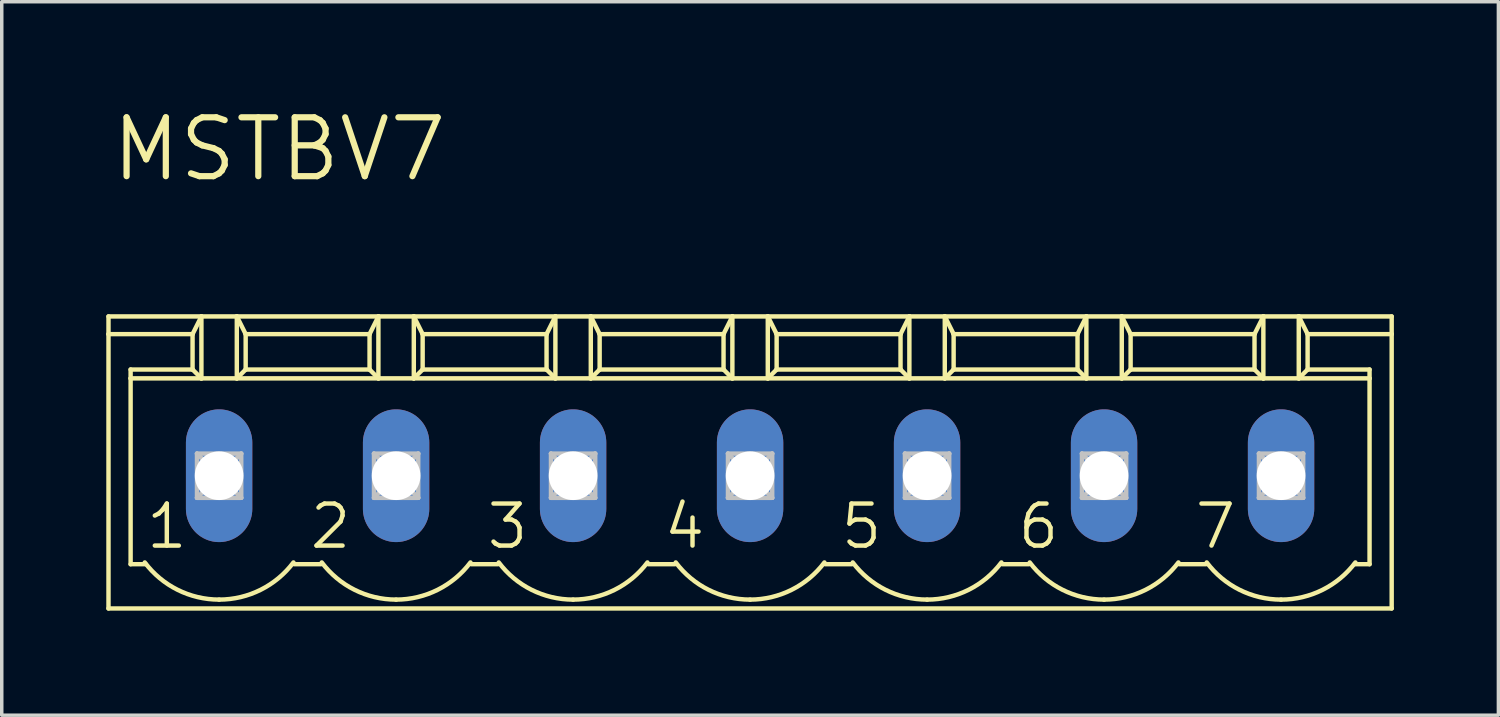
<source format=kicad_pcb>
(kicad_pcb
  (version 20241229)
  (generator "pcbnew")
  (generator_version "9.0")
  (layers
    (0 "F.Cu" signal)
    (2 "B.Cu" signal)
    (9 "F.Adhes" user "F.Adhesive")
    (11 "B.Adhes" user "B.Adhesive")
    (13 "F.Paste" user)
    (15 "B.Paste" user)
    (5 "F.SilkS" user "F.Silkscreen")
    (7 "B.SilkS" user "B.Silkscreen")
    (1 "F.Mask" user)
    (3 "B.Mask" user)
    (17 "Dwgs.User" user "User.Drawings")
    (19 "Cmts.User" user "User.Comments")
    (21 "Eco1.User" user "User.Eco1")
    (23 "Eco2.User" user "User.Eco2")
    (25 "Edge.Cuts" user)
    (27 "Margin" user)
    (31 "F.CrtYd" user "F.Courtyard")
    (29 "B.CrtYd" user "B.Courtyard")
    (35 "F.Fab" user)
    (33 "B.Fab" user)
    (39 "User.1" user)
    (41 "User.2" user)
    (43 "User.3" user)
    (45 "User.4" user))
  (footprint "MSTBV7"
    (layer "F.Cu")
    (at 18.479 10.604)
    (property "Reference" "MSTBV7" (at -18.415 -8.382 0) (layer "F.SilkS") (effects (font (size 1.689 1.689) (thickness 0.178)) (justify left bottom)))
    (attr through_hole)
    (fp_line (start -18.415 -4.572) (end -18.415 -4.064) (stroke (width 0.127) (type solid)) (layer "F.SilkS"))
    (fp_line (start -18.415 -4.572) (end -15.748 -4.572) (stroke (width 0.127) (type solid)) (layer "F.SilkS"))
    (fp_line (start -18.415 -4.064) (end -18.415 3.81) (stroke (width 0.127) (type solid)) (layer "F.SilkS"))
    (fp_line (start -18.415 -4.064) (end -16.002 -4.064) (stroke (width 0.127) (type solid)) (layer "F.SilkS"))
    (fp_line (start -18.415 3.81) (end 18.415 3.81) (stroke (width 0.127) (type solid)) (layer "F.SilkS"))
    (fp_line (start -17.78 -2.794) (end -17.78 -3.048) (stroke (width 0.127) (type solid)) (layer "F.SilkS"))
    (fp_line (start -17.78 -2.794) (end -15.748 -2.794) (stroke (width 0.127) (type solid)) (layer "F.SilkS"))
    (fp_line (start -17.78 2.54) (end -17.78 -2.794) (stroke (width 0.127) (type solid)) (layer "F.SilkS"))
    (fp_line (start -17.78 2.54) (end -17.348 2.54) (stroke (width 0.127) (type solid)) (layer "F.SilkS"))
    (fp_line (start -16.002 -4.064) (end -16.002 -3.048) (stroke (width 0.127) (type solid)) (layer "F.SilkS"))
    (fp_line (start -16.002 -4.064) (end -15.748 -4.572) (stroke (width 0.127) (type solid)) (layer "F.SilkS"))
    (fp_line (start -16.002 -3.048) (end -17.78 -3.048) (stroke (width 0.127) (type solid)) (layer "F.SilkS"))
    (fp_line (start -16.002 -3.048) (end -15.748 -2.794) (stroke (width 0.127) (type solid)) (layer "F.SilkS"))
    (fp_line (start -15.748 -4.572) (end -14.732 -4.572) (stroke (width 0.127) (type solid)) (layer "F.SilkS"))
    (fp_line (start -15.748 -2.794) (end -15.748 -4.572) (stroke (width 0.127) (type solid)) (layer "F.SilkS"))
    (fp_line (start -15.748 -2.794) (end -14.732 -2.794) (stroke (width 0.127) (type solid)) (layer "F.SilkS"))
    (fp_line (start -14.732 -4.572) (end -14.478 -4.064) (stroke (width 0.127) (type solid)) (layer "F.SilkS"))
    (fp_line (start -14.732 -4.572) (end -10.668 -4.572) (stroke (width 0.127) (type solid)) (layer "F.SilkS"))
    (fp_line (start -14.732 -2.794) (end -14.732 -4.572) (stroke (width 0.127) (type solid)) (layer "F.SilkS"))
    (fp_line (start -14.732 -2.794) (end -10.668 -2.794) (stroke (width 0.127) (type solid)) (layer "F.SilkS"))
    (fp_line (start -14.478 -4.064) (end -14.478 -3.048) (stroke (width 0.127) (type solid)) (layer "F.SilkS"))
    (fp_line (start -14.478 -4.064) (end -10.922 -4.064) (stroke (width 0.127) (type solid)) (layer "F.SilkS"))
    (fp_line (start -14.478 -3.048) (end -14.732 -2.794) (stroke (width 0.127) (type solid)) (layer "F.SilkS"))
    (fp_line (start -13.081 2.54) (end -12.319 2.54) (stroke (width 0.127) (type solid)) (layer "F.SilkS"))
    (fp_line (start -10.922 -4.064) (end -10.922 -3.048) (stroke (width 0.127) (type solid)) (layer "F.SilkS"))
    (fp_line (start -10.922 -4.064) (end -10.668 -4.572) (stroke (width 0.127) (type solid)) (layer "F.SilkS"))
    (fp_line (start -10.922 -3.048) (end -14.478 -3.048) (stroke (width 0.127) (type solid)) (layer "F.SilkS"))
    (fp_line (start -10.922 -3.048) (end -10.668 -2.794) (stroke (width 0.127) (type solid)) (layer "F.SilkS"))
    (fp_line (start -10.668 -4.572) (end -9.652 -4.572) (stroke (width 0.127) (type solid)) (layer "F.SilkS"))
    (fp_line (start -10.668 -2.794) (end -10.668 -4.572) (stroke (width 0.127) (type solid)) (layer "F.SilkS"))
    (fp_line (start -10.668 -2.794) (end -9.652 -2.794) (stroke (width 0.127) (type solid)) (layer "F.SilkS"))
    (fp_line (start -9.652 -4.572) (end -9.398 -4.064) (stroke (width 0.127) (type solid)) (layer "F.SilkS"))
    (fp_line (start -9.652 -4.572) (end -5.588 -4.572) (stroke (width 0.127) (type solid)) (layer "F.SilkS"))
    (fp_line (start -9.652 -2.794) (end -9.652 -4.572) (stroke (width 0.127) (type solid)) (layer "F.SilkS"))
    (fp_line (start -9.652 -2.794) (end -5.588 -2.794) (stroke (width 0.127) (type solid)) (layer "F.SilkS"))
    (fp_line (start -9.398 -4.064) (end -9.398 -3.048) (stroke (width 0.127) (type solid)) (layer "F.SilkS"))
    (fp_line (start -9.398 -4.064) (end -5.842 -4.064) (stroke (width 0.127) (type solid)) (layer "F.SilkS"))
    (fp_line (start -9.398 -3.048) (end -9.652 -2.794) (stroke (width 0.127) (type solid)) (layer "F.SilkS"))
    (fp_line (start -8.001 2.54) (end -7.239 2.54) (stroke (width 0.127) (type solid)) (layer "F.SilkS"))
    (fp_line (start -5.842 -4.064) (end -5.842 -3.048) (stroke (width 0.127) (type solid)) (layer "F.SilkS"))
    (fp_line (start -5.842 -4.064) (end -5.588 -4.572) (stroke (width 0.127) (type solid)) (layer "F.SilkS"))
    (fp_line (start -5.842 -3.048) (end -9.398 -3.048) (stroke (width 0.127) (type solid)) (layer "F.SilkS"))
    (fp_line (start -5.842 -3.048) (end -5.588 -2.794) (stroke (width 0.127) (type solid)) (layer "F.SilkS"))
    (fp_line (start -5.588 -4.572) (end -4.572 -4.572) (stroke (width 0.127) (type solid)) (layer "F.SilkS"))
    (fp_line (start -5.588 -2.794) (end -5.588 -4.572) (stroke (width 0.127) (type solid)) (layer "F.SilkS"))
    (fp_line (start -5.588 -2.794) (end -4.572 -2.794) (stroke (width 0.127) (type solid)) (layer "F.SilkS"))
    (fp_line (start -4.572 -4.572) (end -4.318 -4.064) (stroke (width 0.127) (type solid)) (layer "F.SilkS"))
    (fp_line (start -4.572 -4.572) (end -0.508 -4.572) (stroke (width 0.127) (type solid)) (layer "F.SilkS"))
    (fp_line (start -4.572 -2.794) (end -4.572 -4.572) (stroke (width 0.127) (type solid)) (layer "F.SilkS"))
    (fp_line (start -4.572 -2.794) (end -0.508 -2.794) (stroke (width 0.127) (type solid)) (layer "F.SilkS"))
    (fp_line (start -4.318 -4.064) (end -4.318 -3.048) (stroke (width 0.127) (type solid)) (layer "F.SilkS"))
    (fp_line (start -4.318 -4.064) (end -0.762 -4.064) (stroke (width 0.127) (type solid)) (layer "F.SilkS"))
    (fp_line (start -4.318 -3.048) (end -4.572 -2.794) (stroke (width 0.127) (type solid)) (layer "F.SilkS"))
    (fp_line (start -4.318 -3.048) (end -0.762 -3.048) (stroke (width 0.127) (type solid)) (layer "F.SilkS"))
    (fp_line (start -2.921 2.54) (end -2.159 2.54) (stroke (width 0.127) (type solid)) (layer "F.SilkS"))
    (fp_line (start -0.762 -4.064) (end -0.762 -3.048) (stroke (width 0.127) (type solid)) (layer "F.SilkS"))
    (fp_line (start -0.762 -4.064) (end -0.508 -4.572) (stroke (width 0.127) (type solid)) (layer "F.SilkS"))
    (fp_line (start -0.762 -3.048) (end -0.508 -2.794) (stroke (width 0.127) (type solid)) (layer "F.SilkS"))
    (fp_line (start -0.508 -4.572) (end 0.508 -4.572) (stroke (width 0.127) (type solid)) (layer "F.SilkS"))
    (fp_line (start -0.508 -2.794) (end -0.508 -4.572) (stroke (width 0.127) (type solid)) (layer "F.SilkS"))
    (fp_line (start -0.508 -2.794) (end 0.508 -2.794) (stroke (width 0.127) (type solid)) (layer "F.SilkS"))
    (fp_line (start 0.508 -4.572) (end 0.762 -4.064) (stroke (width 0.127) (type solid)) (layer "F.SilkS"))
    (fp_line (start 0.508 -4.572) (end 4.572 -4.572) (stroke (width 0.127) (type solid)) (layer "F.SilkS"))
    (fp_line (start 0.508 -2.794) (end 0.508 -4.572) (stroke (width 0.127) (type solid)) (layer "F.SilkS"))
    (fp_line (start 0.508 -2.794) (end 4.572 -2.794) (stroke (width 0.127) (type solid)) (layer "F.SilkS"))
    (fp_line (start 0.762 -4.064) (end 0.762 -3.048) (stroke (width 0.127) (type solid)) (layer "F.SilkS"))
    (fp_line (start 0.762 -4.064) (end 4.318 -4.064) (stroke (width 0.127) (type solid)) (layer "F.SilkS"))
    (fp_line (start 0.762 -3.048) (end 0.508 -2.794) (stroke (width 0.127) (type solid)) (layer "F.SilkS"))
    (fp_line (start 0.762 -3.048) (end 4.318 -3.048) (stroke (width 0.127) (type solid)) (layer "F.SilkS"))
    (fp_line (start 2.159 2.54) (end 2.921 2.54) (stroke (width 0.127) (type solid)) (layer "F.SilkS"))
    (fp_line (start 4.318 -4.064) (end 4.318 -3.048) (stroke (width 0.127) (type solid)) (layer "F.SilkS"))
    (fp_line (start 4.318 -4.064) (end 4.572 -4.572) (stroke (width 0.127) (type solid)) (layer "F.SilkS"))
    (fp_line (start 4.318 -3.048) (end 4.572 -2.794) (stroke (width 0.127) (type solid)) (layer "F.SilkS"))
    (fp_line (start 4.572 -4.572) (end 5.588 -4.572) (stroke (width 0.127) (type solid)) (layer "F.SilkS"))
    (fp_line (start 4.572 -2.794) (end 4.572 -4.572) (stroke (width 0.127) (type solid)) (layer "F.SilkS"))
    (fp_line (start 4.572 -2.794) (end 5.588 -2.794) (stroke (width 0.127) (type solid)) (layer "F.SilkS"))
    (fp_line (start 5.588 -4.572) (end 5.842 -4.064) (stroke (width 0.127) (type solid)) (layer "F.SilkS"))
    (fp_line (start 5.588 -4.572) (end 9.652 -4.572) (stroke (width 0.127) (type solid)) (layer "F.SilkS"))
    (fp_line (start 5.588 -2.794) (end 5.588 -4.572) (stroke (width 0.127) (type solid)) (layer "F.SilkS"))
    (fp_line (start 5.588 -2.794) (end 9.652 -2.794) (stroke (width 0.127) (type solid)) (layer "F.SilkS"))
    (fp_line (start 5.842 -4.064) (end 5.842 -3.048) (stroke (width 0.127) (type solid)) (layer "F.SilkS"))
    (fp_line (start 5.842 -4.064) (end 9.398 -4.064) (stroke (width 0.127) (type solid)) (layer "F.SilkS"))
    (fp_line (start 5.842 -3.048) (end 5.588 -2.794) (stroke (width 0.127) (type solid)) (layer "F.SilkS"))
    (fp_line (start 5.842 -3.048) (end 9.398 -3.048) (stroke (width 0.127) (type solid)) (layer "F.SilkS"))
    (fp_line (start 7.239 2.54) (end 8.001 2.54) (stroke (width 0.127) (type solid)) (layer "F.SilkS"))
    (fp_line (start 9.398 -4.064) (end 9.398 -3.048) (stroke (width 0.127) (type solid)) (layer "F.SilkS"))
    (fp_line (start 9.398 -4.064) (end 9.652 -4.572) (stroke (width 0.127) (type solid)) (layer "F.SilkS"))
    (fp_line (start 9.398 -3.048) (end 9.652 -2.794) (stroke (width 0.127) (type solid)) (layer "F.SilkS"))
    (fp_line (start 9.652 -4.572) (end 10.668 -4.572) (stroke (width 0.127) (type solid)) (layer "F.SilkS"))
    (fp_line (start 9.652 -2.794) (end 9.652 -4.572) (stroke (width 0.127) (type solid)) (layer "F.SilkS"))
    (fp_line (start 9.652 -2.794) (end 10.668 -2.794) (stroke (width 0.127) (type solid)) (layer "F.SilkS"))
    (fp_line (start 10.668 -4.572) (end 10.922 -4.064) (stroke (width 0.127) (type solid)) (layer "F.SilkS"))
    (fp_line (start 10.668 -4.572) (end 14.732 -4.572) (stroke (width 0.127) (type solid)) (layer "F.SilkS"))
    (fp_line (start 10.668 -2.794) (end 10.668 -4.572) (stroke (width 0.127) (type solid)) (layer "F.SilkS"))
    (fp_line (start 10.668 -2.794) (end 14.732 -2.794) (stroke (width 0.127) (type solid)) (layer "F.SilkS"))
    (fp_line (start 10.922 -4.064) (end 10.922 -3.048) (stroke (width 0.127) (type solid)) (layer "F.SilkS"))
    (fp_line (start 10.922 -4.064) (end 14.478 -4.064) (stroke (width 0.127) (type solid)) (layer "F.SilkS"))
    (fp_line (start 10.922 -3.048) (end 10.668 -2.794) (stroke (width 0.127) (type solid)) (layer "F.SilkS"))
    (fp_line (start 10.922 -3.048) (end 14.478 -3.048) (stroke (width 0.127) (type solid)) (layer "F.SilkS"))
    (fp_line (start 12.319 2.54) (end 13.081 2.54) (stroke (width 0.127) (type solid)) (layer "F.SilkS"))
    (fp_line (start 14.478 -4.064) (end 14.478 -3.048) (stroke (width 0.127) (type solid)) (layer "F.SilkS"))
    (fp_line (start 14.478 -4.064) (end 14.732 -4.572) (stroke (width 0.127) (type solid)) (layer "F.SilkS"))
    (fp_line (start 14.478 -3.048) (end 14.732 -2.794) (stroke (width 0.127) (type solid)) (layer "F.SilkS"))
    (fp_line (start 14.732 -4.572) (end 15.748 -4.572) (stroke (width 0.127) (type solid)) (layer "F.SilkS"))
    (fp_line (start 14.732 -2.794) (end 14.732 -4.572) (stroke (width 0.127) (type solid)) (layer "F.SilkS"))
    (fp_line (start 14.732 -2.794) (end 15.748 -2.794) (stroke (width 0.127) (type solid)) (layer "F.SilkS"))
    (fp_line (start 15.748 -4.572) (end 16.002 -4.064) (stroke (width 0.127) (type solid)) (layer "F.SilkS"))
    (fp_line (start 15.748 -4.572) (end 18.415 -4.572) (stroke (width 0.127) (type solid)) (layer "F.SilkS"))
    (fp_line (start 15.748 -2.794) (end 15.748 -4.572) (stroke (width 0.127) (type solid)) (layer "F.SilkS"))
    (fp_line (start 15.748 -2.794) (end 17.78 -2.794) (stroke (width 0.127) (type solid)) (layer "F.SilkS"))
    (fp_line (start 16.002 -4.064) (end 16.002 -3.048) (stroke (width 0.127) (type solid)) (layer "F.SilkS"))
    (fp_line (start 16.002 -4.064) (end 18.415 -4.064) (stroke (width 0.127) (type solid)) (layer "F.SilkS"))
    (fp_line (start 16.002 -3.048) (end 15.748 -2.794) (stroke (width 0.127) (type solid)) (layer "F.SilkS"))
    (fp_line (start 16.002 -3.048) (end 17.78 -3.048) (stroke (width 0.127) (type solid)) (layer "F.SilkS"))
    (fp_line (start 17.348 2.54) (end 17.78 2.54) (stroke (width 0.127) (type solid)) (layer "F.SilkS"))
    (fp_line (start 17.78 -3.048) (end 17.78 -2.794) (stroke (width 0.127) (type solid)) (layer "F.SilkS"))
    (fp_line (start 17.78 -2.794) (end 17.78 2.54) (stroke (width 0.127) (type solid)) (layer "F.SilkS"))
    (fp_line (start 18.415 -4.064) (end 18.415 -4.572) (stroke (width 0.127) (type solid)) (layer "F.SilkS"))
    (fp_line (start 18.415 3.81) (end 18.415 -4.064) (stroke (width 0.127) (type solid)) (layer "F.SilkS"))
    (fp_arc (start -15.239999 3.556) (mid -16.432718 3.274437) (end -17.3736 2.4892) (stroke (width 0.127) (type solid)) (layer "F.SilkS"))
    (fp_arc (start -13.106399 2.4892) (mid -14.047281 3.274438) (end -15.24 3.556) (stroke (width 0.127) (type solid)) (layer "F.SilkS"))
    (fp_arc (start -10.159999 3.556) (mid -11.352718 3.274437) (end -12.2936 2.4892) (stroke (width 0.127) (type solid)) (layer "F.SilkS"))
    (fp_arc (start -8.026399 2.4892) (mid -8.967281 3.274438) (end -10.16 3.556) (stroke (width 0.127) (type solid)) (layer "F.SilkS"))
    (fp_arc (start -5.079999 3.556) (mid -6.272718 3.274437) (end -7.2136 2.4892) (stroke (width 0.127) (type solid)) (layer "F.SilkS"))
    (fp_arc (start -2.946399 2.4892) (mid -3.887281 3.274438) (end -5.08 3.556) (stroke (width 0.127) (type solid)) (layer "F.SilkS"))
    (fp_arc (start 0.000001 3.556) (mid -1.192718 3.274438) (end -2.1336 2.4892) (stroke (width 0.127) (type solid)) (layer "F.SilkS"))
    (fp_arc (start 2.133601 2.4892) (mid 1.192719 3.274438) (end 0 3.556) (stroke (width 0.127) (type solid)) (layer "F.SilkS"))
    (fp_arc (start 5.080001 3.556) (mid 3.887282 3.274438) (end 2.9464 2.4892) (stroke (width 0.127) (type solid)) (layer "F.SilkS"))
    (fp_arc (start 7.2136 2.489199) (mid 6.272719 3.274437) (end 5.08 3.556) (stroke (width 0.127) (type solid)) (layer "F.SilkS"))
    (fp_arc (start 10.160001 3.556) (mid 8.967282 3.274438) (end 8.0264 2.4892) (stroke (width 0.127) (type solid)) (layer "F.SilkS"))
    (fp_arc (start 12.2936 2.489199) (mid 11.352719 3.274437) (end 10.16 3.556) (stroke (width 0.127) (type solid)) (layer "F.SilkS"))
    (fp_arc (start 15.240001 3.556) (mid 14.047282 3.274438) (end 13.1064 2.4892) (stroke (width 0.127) (type solid)) (layer "F.SilkS"))
    (fp_arc (start 17.3736 2.489199) (mid 16.432719 3.274437) (end 15.24 3.556) (stroke (width 0.127) (type solid)) (layer "F.SilkS"))
    (fp_line (start -15.875 -0.635) (end -15.875 0.635) (stroke (width 0.127) (type solid)) (layer "Dwgs.User"))
    (fp_line (start -15.875 -0.635) (end -14.605 0.635) (stroke (width 0.127) (type solid)) (layer "Dwgs.User"))
    (fp_line (start -15.875 0.635) (end -14.605 -0.635) (stroke (width 0.127) (type solid)) (layer "Dwgs.User"))
    (fp_line (start -15.875 0.635) (end -14.605 0.635) (stroke (width 0.127) (type solid)) (layer "Dwgs.User"))
    (fp_line (start -14.605 -0.635) (end -15.875 -0.635) (stroke (width 0.127) (type solid)) (layer "Dwgs.User"))
    (fp_line (start -14.605 0.635) (end -14.605 -0.635) (stroke (width 0.127) (type solid)) (layer "Dwgs.User"))
    (fp_line (start -10.795 -0.635) (end -10.795 0.635) (stroke (width 0.127) (type solid)) (layer "Dwgs.User"))
    (fp_line (start -10.795 -0.635) (end -9.525 0.635) (stroke (width 0.127) (type solid)) (layer "Dwgs.User"))
    (fp_line (start -10.795 0.635) (end -9.525 -0.635) (stroke (width 0.127) (type solid)) (layer "Dwgs.User"))
    (fp_line (start -10.795 0.635) (end -9.525 0.635) (stroke (width 0.127) (type solid)) (layer "Dwgs.User"))
    (fp_line (start -9.525 -0.635) (end -10.795 -0.635) (stroke (width 0.127) (type solid)) (layer "Dwgs.User"))
    (fp_line (start -9.525 0.635) (end -9.525 -0.635) (stroke (width 0.127) (type solid)) (layer "Dwgs.User"))
    (fp_line (start -5.715 -0.635) (end -5.715 0.635) (stroke (width 0.127) (type solid)) (layer "Dwgs.User"))
    (fp_line (start -5.715 -0.635) (end -4.445 0.635) (stroke (width 0.127) (type solid)) (layer "Dwgs.User"))
    (fp_line (start -5.715 0.635) (end -4.445 -0.635) (stroke (width 0.127) (type solid)) (layer "Dwgs.User"))
    (fp_line (start -5.715 0.635) (end -4.445 0.635) (stroke (width 0.127) (type solid)) (layer "Dwgs.User"))
    (fp_line (start -4.445 -0.635) (end -5.715 -0.635) (stroke (width 0.127) (type solid)) (layer "Dwgs.User"))
    (fp_line (start -4.445 0.635) (end -4.445 -0.635) (stroke (width 0.127) (type solid)) (layer "Dwgs.User"))
    (fp_line (start -0.635 -0.635) (end -0.635 0.635) (stroke (width 0.127) (type solid)) (layer "Dwgs.User"))
    (fp_line (start -0.635 -0.635) (end 0.635 0.635) (stroke (width 0.127) (type solid)) (layer "Dwgs.User"))
    (fp_line (start -0.635 0.635) (end 0.635 -0.635) (stroke (width 0.127) (type solid)) (layer "Dwgs.User"))
    (fp_line (start -0.635 0.635) (end 0.635 0.635) (stroke (width 0.127) (type solid)) (layer "Dwgs.User"))
    (fp_line (start 0.635 -0.635) (end -0.635 -0.635) (stroke (width 0.127) (type solid)) (layer "Dwgs.User"))
    (fp_line (start 0.635 0.635) (end 0.635 -0.635) (stroke (width 0.127) (type solid)) (layer "Dwgs.User"))
    (fp_line (start 4.445 -0.635) (end 4.445 0.635) (stroke (width 0.127) (type solid)) (layer "Dwgs.User"))
    (fp_line (start 4.445 -0.635) (end 5.715 0.635) (stroke (width 0.127) (type solid)) (layer "Dwgs.User"))
    (fp_line (start 4.445 0.635) (end 5.715 -0.635) (stroke (width 0.127) (type solid)) (layer "Dwgs.User"))
    (fp_line (start 4.445 0.635) (end 5.715 0.635) (stroke (width 0.127) (type solid)) (layer "Dwgs.User"))
    (fp_line (start 5.715 -0.635) (end 4.445 -0.635) (stroke (width 0.127) (type solid)) (layer "Dwgs.User"))
    (fp_line (start 5.715 0.635) (end 5.715 -0.635) (stroke (width 0.127) (type solid)) (layer "Dwgs.User"))
    (fp_line (start 9.525 -0.635) (end 9.525 0.635) (stroke (width 0.127) (type solid)) (layer "Dwgs.User"))
    (fp_line (start 9.525 -0.635) (end 10.795 0.635) (stroke (width 0.127) (type solid)) (layer "Dwgs.User"))
    (fp_line (start 9.525 0.635) (end 10.795 -0.635) (stroke (width 0.127) (type solid)) (layer "Dwgs.User"))
    (fp_line (start 9.525 0.635) (end 10.795 0.635) (stroke (width 0.127) (type solid)) (layer "Dwgs.User"))
    (fp_line (start 10.795 -0.635) (end 9.525 -0.635) (stroke (width 0.127) (type solid)) (layer "Dwgs.User"))
    (fp_line (start 10.795 0.635) (end 10.795 -0.635) (stroke (width 0.127) (type solid)) (layer "Dwgs.User"))
    (fp_line (start 14.605 -0.635) (end 14.605 0.635) (stroke (width 0.127) (type solid)) (layer "Dwgs.User"))
    (fp_line (start 14.605 -0.635) (end 15.875 0.635) (stroke (width 0.127) (type solid)) (layer "Dwgs.User"))
    (fp_line (start 14.605 0.635) (end 15.875 -0.635) (stroke (width 0.127) (type solid)) (layer "Dwgs.User"))
    (fp_line (start 14.605 0.635) (end 15.875 0.635) (stroke (width 0.127) (type solid)) (layer "Dwgs.User"))
    (fp_line (start 15.875 -0.635) (end 14.605 -0.635) (stroke (width 0.127) (type solid)) (layer "Dwgs.User"))
    (fp_line (start 15.875 0.635) (end 15.875 -0.635) (stroke (width 0.127) (type solid)) (layer "Dwgs.User"))
    (fp_text user "7" (at 12.7 2.159 0) (layer "F.SilkS") (effects (font (size 1.206 1.206) (thickness 0.127)) (justify left bottom)))
    (fp_text user "5" (at 2.54 2.159 0) (layer "F.SilkS") (effects (font (size 1.206 1.206) (thickness 0.127)) (justify left bottom)))
    (fp_text user "2" (at -12.7 2.159 0) (layer "F.SilkS") (effects (font (size 1.206 1.206) (thickness 0.127)) (justify left bottom)))
    (fp_text user "4" (at -2.54 2.159 0) (layer "F.SilkS") (effects (font (size 1.206 1.206) (thickness 0.127)) (justify left bottom)))
    (fp_text user "6" (at 7.62 2.159 0) (layer "F.SilkS") (effects (font (size 1.206 1.206) (thickness 0.127)) (justify left bottom)))
    (fp_text user "3" (at -7.62 2.159 0) (layer "F.SilkS") (effects (font (size 1.206 1.206) (thickness 0.127)) (justify left bottom)))
    (fp_text user "1" (at -17.399 2.159 0) (layer "F.SilkS") (effects (font (size 1.206 1.206) (thickness 0.127)) (justify left bottom)))
    (pad "1" thru_hole oval (at -15.24 0 90) (size 3.81 1.905) (drill 1.397) (layers "*.Cu" "*.Mask"))
    (pad "2" thru_hole oval (at -10.16 0 90) (size 3.81 1.905) (drill 1.397) (layers "*.Cu" "*.Mask"))
    (pad "3" thru_hole oval (at -5.08 0 90) (size 3.81 1.905) (drill 1.397) (layers "*.Cu" "*.Mask"))
    (pad "4" thru_hole oval (at 0 0 90) (size 3.81 1.905) (drill 1.397) (layers "*.Cu" "*.Mask"))
    (pad "5" thru_hole oval (at 5.08 0 90) (size 3.81 1.905) (drill 1.397) (layers "*.Cu" "*.Mask"))
    (pad "6" thru_hole oval (at 10.16 0 90) (size 3.81 1.905) (drill 1.397) (layers "*.Cu" "*.Mask"))
    (pad "7" thru_hole oval (at 15.24 0 90) (size 3.81 1.905) (drill 1.397) (layers "*.Cu" "*.Mask")))
  (gr_rect
    (start -3 -3)
    (end 39.957 17.478)
    (stroke (width 0.1) (type default))
    (fill no)
    (layer "Edge.Cuts")))
</source>
